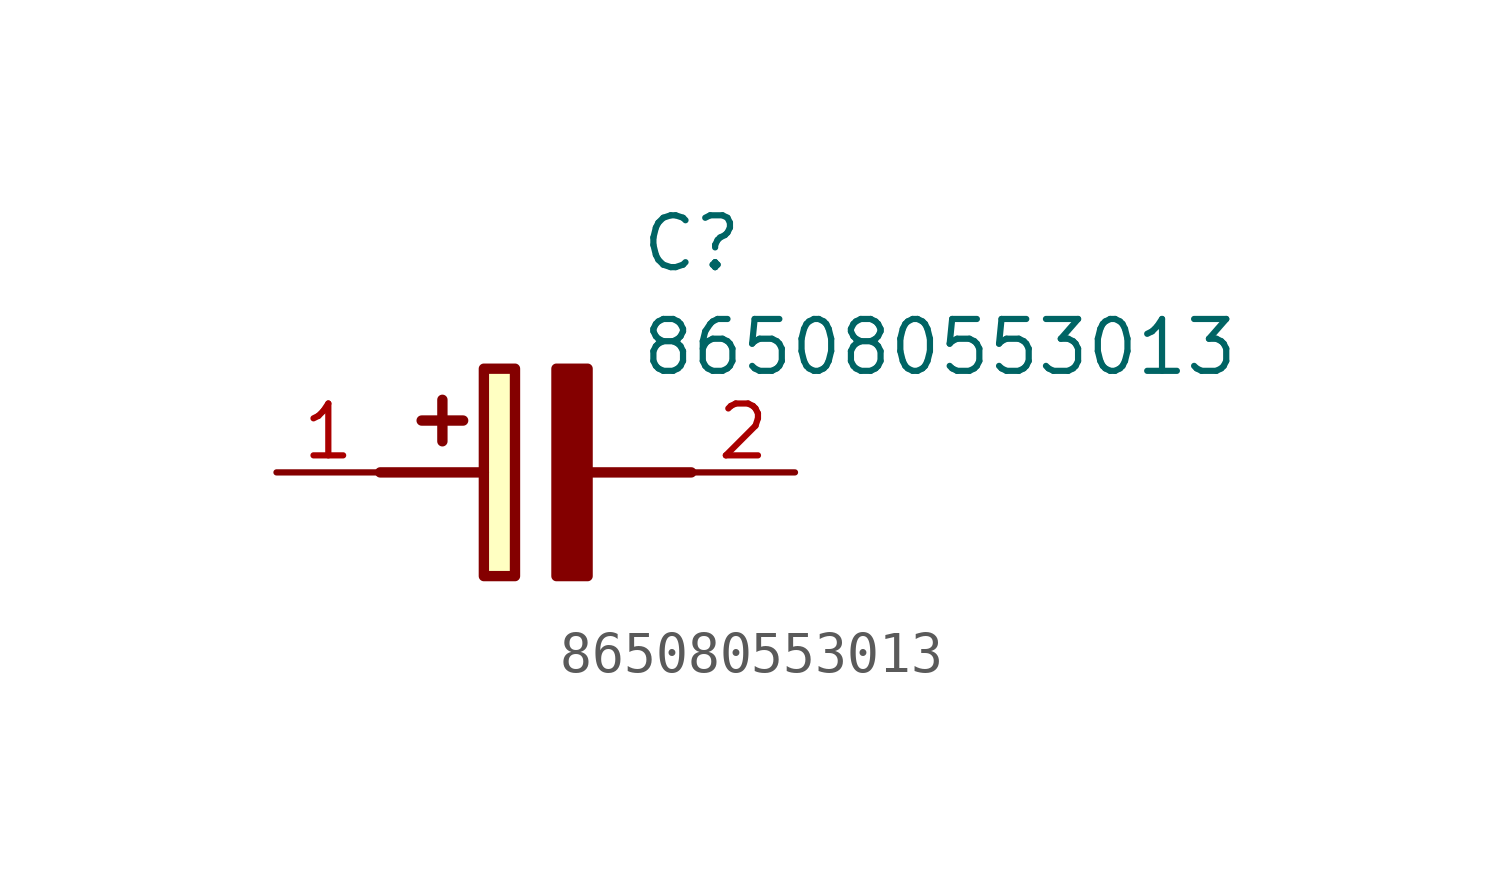
<source format=kicad_sym>
(kicad_symbol_lib
  (version 20211014)
  (generator SamacSys_ECAD_Model)
  (symbol "865080553013"
    (pin_names hide)
    (property "Reference" "C"
      (at 8.89 6.35 0)
      (effects (font (size 1.27 1.27)) (justify left top)))
    (property "Value" "865080553013"
      (at 8.89 3.81 0)
      (effects (font (size 1.27 1.27)) (justify left top)))
    (rectangle
      (start 5.08 2.54)
      (end 5.842 -2.54)
      (stroke (width 0.254) (type default))
      (fill (type background)))
    (polyline
      (pts (xy 4.572 1.27) (xy 3.556 1.27))
      (stroke (width 0.254) (type default))
      (fill (type none)))
    (polyline
      (pts (xy 4.064 1.778) (xy 4.064 0.762))
      (stroke (width 0.254) (type default))
      (fill (type none)))
    (polyline
      (pts (xy 2.54 0) (xy 5.08 0))
      (stroke (width 0.254) (type default))
      (fill (type none)))
    (polyline
      (pts (xy 7.62 0) (xy 10.16 0))
      (stroke (width 0.254) (type default))
      (fill (type none)))
    (polyline
      (pts (xy 7.62 2.54) (xy 7.62 -2.54) (xy 6.858 -2.54) (xy 6.858 2.54) (xy 7.62 2.54))
      (stroke (width 0.254) (type default))
      (fill (type outline)))
    (pin passive line
      (at 0 0 0)
      (length 2.54)
      (name "+" (effects (font (size 1.27 1.27))))
      (number "1" (effects (font (size 1.27 1.27)))))
    (pin passive line
      (at 12.7 0 180)
      (length 2.54)
      (name "-" (effects (font (size 1.27 1.27))))
      (number "2" (effects (font (size 1.27 1.27)))))))
</source>
